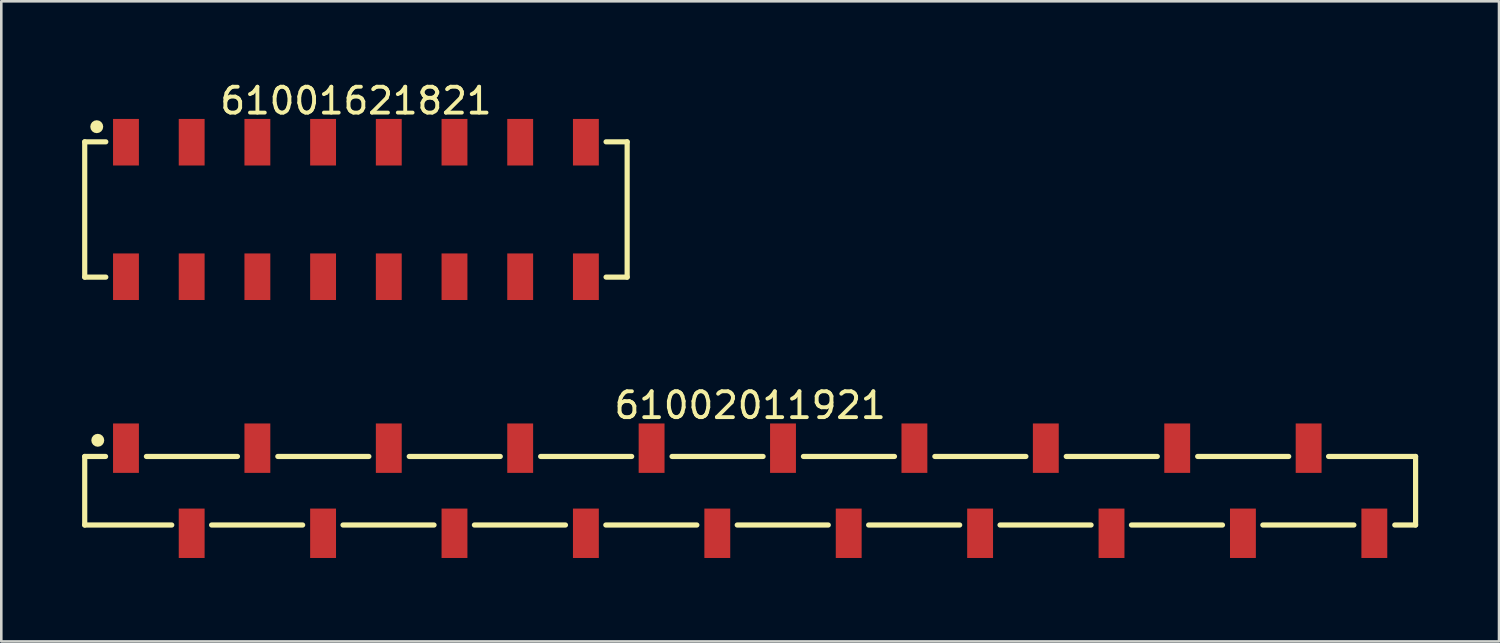
<source format=kicad_pcb>
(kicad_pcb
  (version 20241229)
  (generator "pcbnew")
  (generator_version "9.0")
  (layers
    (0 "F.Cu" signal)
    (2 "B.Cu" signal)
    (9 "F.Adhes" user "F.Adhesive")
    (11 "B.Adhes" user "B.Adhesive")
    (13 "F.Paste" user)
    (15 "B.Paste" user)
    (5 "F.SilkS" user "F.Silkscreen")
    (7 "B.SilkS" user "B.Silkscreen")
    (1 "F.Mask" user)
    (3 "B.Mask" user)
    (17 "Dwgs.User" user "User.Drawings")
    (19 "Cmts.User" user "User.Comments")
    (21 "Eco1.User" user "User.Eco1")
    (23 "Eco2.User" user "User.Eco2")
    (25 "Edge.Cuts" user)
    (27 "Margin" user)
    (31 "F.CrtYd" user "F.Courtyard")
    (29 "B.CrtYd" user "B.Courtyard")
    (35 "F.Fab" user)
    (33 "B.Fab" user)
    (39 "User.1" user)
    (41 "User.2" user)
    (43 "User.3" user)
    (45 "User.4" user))
  (footprint "61002011921"
    (layer "F.Cu")
    (at 25.95 15.921)
    (property "Reference" "61002011921" (at 0 -3.3 0) (layer "F.SilkS") (effects (font (size 1 1) (thickness 0.15))))
    (fp_line (start -25.725 -1.325) (end -24.92 -1.325) (stroke (width 0.2) (type solid)) (layer "F.SilkS"))
    (fp_line (start -25.725 1.325) (end -25.725 -1.325) (stroke (width 0.2) (type solid)) (layer "F.SilkS"))
    (fp_line (start -25.725 1.325) (end -22.36 1.325) (stroke (width 0.2) (type solid)) (layer "F.SilkS"))
    (fp_line (start -23.34 -1.325) (end -19.82 -1.325) (stroke (width 0.2) (type solid)) (layer "F.SilkS"))
    (fp_line (start -20.82 1.325) (end -17.3 1.325) (stroke (width 0.2) (type solid)) (layer "F.SilkS"))
    (fp_line (start -18.26 -1.325) (end -14.74 -1.325) (stroke (width 0.2) (type solid)) (layer "F.SilkS"))
    (fp_line (start -15.74 1.325) (end -12.22 1.325) (stroke (width 0.2) (type solid)) (layer "F.SilkS"))
    (fp_line (start -13.18 -1.325) (end -9.66 -1.325) (stroke (width 0.2) (type solid)) (layer "F.SilkS"))
    (fp_line (start -10.66 1.325) (end -7.14 1.325) (stroke (width 0.2) (type solid)) (layer "F.SilkS"))
    (fp_line (start -8.1 -1.325) (end -4.58 -1.325) (stroke (width 0.2) (type solid)) (layer "F.SilkS"))
    (fp_line (start -5.58 1.325) (end -2.06 1.325) (stroke (width 0.2) (type solid)) (layer "F.SilkS"))
    (fp_line (start -3.02 -1.325) (end 0.5 -1.325) (stroke (width 0.2) (type solid)) (layer "F.SilkS"))
    (fp_line (start -0.5 1.325) (end 3.02 1.325) (stroke (width 0.2) (type solid)) (layer "F.SilkS"))
    (fp_line (start 2.06 -1.325) (end 5.58 -1.325) (stroke (width 0.2) (type solid)) (layer "F.SilkS"))
    (fp_line (start 4.58 1.325) (end 8.1 1.325) (stroke (width 0.2) (type solid)) (layer "F.SilkS"))
    (fp_line (start 7.14 -1.325) (end 10.66 -1.325) (stroke (width 0.2) (type solid)) (layer "F.SilkS"))
    (fp_line (start 9.66 1.325) (end 13.18 1.325) (stroke (width 0.2) (type solid)) (layer "F.SilkS"))
    (fp_line (start 12.22 -1.325) (end 15.74 -1.325) (stroke (width 0.2) (type solid)) (layer "F.SilkS"))
    (fp_line (start 14.74 1.325) (end 18.26 1.325) (stroke (width 0.2) (type solid)) (layer "F.SilkS"))
    (fp_line (start 17.3 -1.325) (end 20.82 -1.325) (stroke (width 0.2) (type solid)) (layer "F.SilkS"))
    (fp_line (start 19.82 1.325) (end 23.34 1.325) (stroke (width 0.2) (type solid)) (layer "F.SilkS"))
    (fp_line (start 22.36 -1.325) (end 25.725 -1.325) (stroke (width 0.2) (type solid)) (layer "F.SilkS"))
    (fp_line (start 24.92 1.325) (end 25.725 1.325) (stroke (width 0.2) (type solid)) (layer "F.SilkS"))
    (fp_line (start 25.725 1.325) (end 25.725 -1.325) (stroke (width 0.2) (type solid)) (layer "F.SilkS"))
    (fp_circle (center -25.22 -1.95) (end -25.22 -2.075) (stroke (width 0.25) (type solid)) (fill no) (layer "F.SilkS"))
    (fp_line (start -25.925 -2.8) (end 25.925 -2.8) (stroke (width 0.05) (type solid)) (layer "Eco2.User"))
    (fp_line (start -25.925 2.8) (end -25.925 -2.8) (stroke (width 0.05) (type solid)) (layer "Eco2.User"))
    (fp_line (start -25.925 2.8) (end 25.925 2.8) (stroke (width 0.05) (type solid)) (layer "Eco2.User"))
    (fp_line (start -25.65 -1.25) (end 25.65 -1.25) (stroke (width 0.1) (type solid)) (layer "Eco2.User"))
    (fp_line (start -25.65 1.25) (end -25.65 -1.25) (stroke (width 0.1) (type solid)) (layer "Eco2.User"))
    (fp_line (start -25.65 1.25) (end 25.65 1.25) (stroke (width 0.1) (type solid)) (layer "Eco2.User"))
    (fp_line (start -24.38 -2.025) (end -23.88 -2.025) (stroke (width 0.1) (type solid)) (layer "Eco2.User"))
    (fp_line (start -24.38 -1.25) (end -24.38 -2.025) (stroke (width 0.1) (type solid)) (layer "Eco2.User"))
    (fp_line (start -23.88 -1.25) (end -23.88 -2.025) (stroke (width 0.1) (type solid)) (layer "Eco2.User"))
    (fp_line (start -21.84 2.025) (end -21.84 1.25) (stroke (width 0.1) (type solid)) (layer "Eco2.User"))
    (fp_line (start -21.84 2.025) (end -21.34 2.025) (stroke (width 0.1) (type solid)) (layer "Eco2.User"))
    (fp_line (start -21.34 2.025) (end -21.34 1.25) (stroke (width 0.1) (type solid)) (layer "Eco2.User"))
    (fp_line (start -19.3 -2.025) (end -18.8 -2.025) (stroke (width 0.1) (type solid)) (layer "Eco2.User"))
    (fp_line (start -19.3 -1.25) (end -19.3 -2.025) (stroke (width 0.1) (type solid)) (layer "Eco2.User"))
    (fp_line (start -18.8 -1.25) (end -18.8 -2.025) (stroke (width 0.1) (type solid)) (layer "Eco2.User"))
    (fp_line (start -16.76 2.025) (end -16.76 1.25) (stroke (width 0.1) (type solid)) (layer "Eco2.User"))
    (fp_line (start -16.76 2.025) (end -16.26 2.025) (stroke (width 0.1) (type solid)) (layer "Eco2.User"))
    (fp_line (start -16.26 2.025) (end -16.26 1.25) (stroke (width 0.1) (type solid)) (layer "Eco2.User"))
    (fp_line (start -14.22 -2.025) (end -13.72 -2.025) (stroke (width 0.1) (type solid)) (layer "Eco2.User"))
    (fp_line (start -14.22 -1.25) (end -14.22 -2.025) (stroke (width 0.1) (type solid)) (layer "Eco2.User"))
    (fp_line (start -13.72 -1.25) (end -13.72 -2.025) (stroke (width 0.1) (type solid)) (layer "Eco2.User"))
    (fp_line (start -11.68 2.025) (end -11.68 1.25) (stroke (width 0.1) (type solid)) (layer "Eco2.User"))
    (fp_line (start -11.68 2.025) (end -11.18 2.025) (stroke (width 0.1) (type solid)) (layer "Eco2.User"))
    (fp_line (start -11.18 2.025) (end -11.18 1.25) (stroke (width 0.1) (type solid)) (layer "Eco2.User"))
    (fp_line (start -9.14 -2.025) (end -8.64 -2.025) (stroke (width 0.1) (type solid)) (layer "Eco2.User"))
    (fp_line (start -9.14 -1.25) (end -9.14 -2.025) (stroke (width 0.1) (type solid)) (layer "Eco2.User"))
    (fp_line (start -8.64 -1.25) (end -8.64 -2.025) (stroke (width 0.1) (type solid)) (layer "Eco2.User"))
    (fp_line (start -6.6 2.025) (end -6.6 1.25) (stroke (width 0.1) (type solid)) (layer "Eco2.User"))
    (fp_line (start -6.6 2.025) (end -6.1 2.025) (stroke (width 0.1) (type solid)) (layer "Eco2.User"))
    (fp_line (start -6.1 2.025) (end -6.1 1.25) (stroke (width 0.1) (type solid)) (layer "Eco2.User"))
    (fp_line (start -4.06 -2.025) (end -3.56 -2.025) (stroke (width 0.1) (type solid)) (layer "Eco2.User"))
    (fp_line (start -4.06 -1.25) (end -4.06 -2.025) (stroke (width 0.1) (type solid)) (layer "Eco2.User"))
    (fp_line (start -3.56 -1.25) (end -3.56 -2.025) (stroke (width 0.1) (type solid)) (layer "Eco2.User"))
    (fp_line (start -1.52 2.025) (end -1.52 1.25) (stroke (width 0.1) (type solid)) (layer "Eco2.User"))
    (fp_line (start -1.52 2.025) (end -1.02 2.025) (stroke (width 0.1) (type solid)) (layer "Eco2.User"))
    (fp_line (start -1.02 2.025) (end -1.02 1.25) (stroke (width 0.1) (type solid)) (layer "Eco2.User"))
    (fp_line (start -0.5 0) (end 0.5 0) (stroke (width 0.05) (type solid)) (layer "Eco2.User"))
    (fp_line (start 0 0.5) (end 0 -0.5) (stroke (width 0.05) (type solid)) (layer "Eco2.User"))
    (fp_line (start 1.02 -2.025) (end 1.52 -2.025) (stroke (width 0.1) (type solid)) (layer "Eco2.User"))
    (fp_line (start 1.02 -1.25) (end 1.02 -2.025) (stroke (width 0.1) (type solid)) (layer "Eco2.User"))
    (fp_line (start 1.52 -1.25) (end 1.52 -2.025) (stroke (width 0.1) (type solid)) (layer "Eco2.User"))
    (fp_line (start 3.56 2.025) (end 3.56 1.25) (stroke (width 0.1) (type solid)) (layer "Eco2.User"))
    (fp_line (start 3.56 2.025) (end 4.06 2.025) (stroke (width 0.1) (type solid)) (layer "Eco2.User"))
    (fp_line (start 4.06 2.025) (end 4.06 1.25) (stroke (width 0.1) (type solid)) (layer "Eco2.User"))
    (fp_line (start 6.1 -2.025) (end 6.6 -2.025) (stroke (width 0.1) (type solid)) (layer "Eco2.User"))
    (fp_line (start 6.1 -1.25) (end 6.1 -2.025) (stroke (width 0.1) (type solid)) (layer "Eco2.User"))
    (fp_line (start 6.6 -1.25) (end 6.6 -2.025) (stroke (width 0.1) (type solid)) (layer "Eco2.User"))
    (fp_line (start 8.64 2.025) (end 8.64 1.25) (stroke (width 0.1) (type solid)) (layer "Eco2.User"))
    (fp_line (start 8.64 2.025) (end 9.14 2.025) (stroke (width 0.1) (type solid)) (layer "Eco2.User"))
    (fp_line (start 9.14 2.025) (end 9.14 1.25) (stroke (width 0.1) (type solid)) (layer "Eco2.User"))
    (fp_line (start 11.18 -2.025) (end 11.68 -2.025) (stroke (width 0.1) (type solid)) (layer "Eco2.User"))
    (fp_line (start 11.18 -1.25) (end 11.18 -2.025) (stroke (width 0.1) (type solid)) (layer "Eco2.User"))
    (fp_line (start 11.68 -1.25) (end 11.68 -2.025) (stroke (width 0.1) (type solid)) (layer "Eco2.User"))
    (fp_line (start 13.72 2.025) (end 13.72 1.25) (stroke (width 0.1) (type solid)) (layer "Eco2.User"))
    (fp_line (start 13.72 2.025) (end 14.22 2.025) (stroke (width 0.1) (type solid)) (layer "Eco2.User"))
    (fp_line (start 14.22 2.025) (end 14.22 1.25) (stroke (width 0.1) (type solid)) (layer "Eco2.User"))
    (fp_line (start 16.26 -2.025) (end 16.76 -2.025) (stroke (width 0.1) (type solid)) (layer "Eco2.User"))
    (fp_line (start 16.26 -1.25) (end 16.26 -2.025) (stroke (width 0.1) (type solid)) (layer "Eco2.User"))
    (fp_line (start 16.76 -1.25) (end 16.76 -2.025) (stroke (width 0.1) (type solid)) (layer "Eco2.User"))
    (fp_line (start 18.8 2.025) (end 18.8 1.25) (stroke (width 0.1) (type solid)) (layer "Eco2.User"))
    (fp_line (start 18.8 2.025) (end 19.3 2.025) (stroke (width 0.1) (type solid)) (layer "Eco2.User"))
    (fp_line (start 19.3 2.025) (end 19.3 1.25) (stroke (width 0.1) (type solid)) (layer "Eco2.User"))
    (fp_line (start 21.34 -2.025) (end 21.84 -2.025) (stroke (width 0.1) (type solid)) (layer "Eco2.User"))
    (fp_line (start 21.34 -1.25) (end 21.34 -2.025) (stroke (width 0.1) (type solid)) (layer "Eco2.User"))
    (fp_line (start 21.84 -1.25) (end 21.84 -2.025) (stroke (width 0.1) (type solid)) (layer "Eco2.User"))
    (fp_line (start 23.88 2.025) (end 23.88 1.25) (stroke (width 0.1) (type solid)) (layer "Eco2.User"))
    (fp_line (start 23.88 2.025) (end 24.38 2.025) (stroke (width 0.1) (type solid)) (layer "Eco2.User"))
    (fp_line (start 24.38 2.025) (end 24.38 1.25) (stroke (width 0.1) (type solid)) (layer "Eco2.User"))
    (fp_line (start 25.65 1.25) (end 25.65 -1.25) (stroke (width 0.1) (type solid)) (layer "Eco2.User"))
    (fp_line (start 25.925 2.8) (end 25.925 -2.8) (stroke (width 0.05) (type solid)) (layer "Eco2.User"))
    (fp_text user "${REFERENCE}" (at 0.15 -0.197 0) (unlocked yes) (layer "User.3") (effects (font (size 1.5 1.5) (thickness 0.15))))
    (pad "1" smd rect (at -24.13 -1.645) (size 1 1.91) (layers "F.Cu" "F.Mask" "F.Paste"))
    (pad "2" smd rect (at -21.59 1.645) (size 1 1.91) (layers "F.Cu" "F.Mask" "F.Paste"))
    (pad "3" smd rect (at -19.05 -1.645) (size 1 1.91) (layers "F.Cu" "F.Mask" "F.Paste"))
    (pad "4" smd rect (at -16.51 1.645) (size 1 1.91) (layers "F.Cu" "F.Mask" "F.Paste"))
    (pad "5" smd rect (at -13.97 -1.645) (size 1 1.91) (layers "F.Cu" "F.Mask" "F.Paste"))
    (pad "6" smd rect (at -11.43 1.645) (size 1 1.91) (layers "F.Cu" "F.Mask" "F.Paste"))
    (pad "7" smd rect (at -8.89 -1.645) (size 1 1.91) (layers "F.Cu" "F.Mask" "F.Paste"))
    (pad "8" smd rect (at -6.35 1.645) (size 1 1.91) (layers "F.Cu" "F.Mask" "F.Paste"))
    (pad "9" smd rect (at -3.81 -1.645) (size 1 1.91) (layers "F.Cu" "F.Mask" "F.Paste"))
    (pad "10" smd rect (at -1.27 1.645) (size 1 1.91) (layers "F.Cu" "F.Mask" "F.Paste"))
    (pad "11" smd rect (at 1.27 -1.645) (size 1 1.91) (layers "F.Cu" "F.Mask" "F.Paste"))
    (pad "12" smd rect (at 3.81 1.645) (size 1 1.91) (layers "F.Cu" "F.Mask" "F.Paste"))
    (pad "13" smd rect (at 6.35 -1.645) (size 1 1.91) (layers "F.Cu" "F.Mask" "F.Paste"))
    (pad "14" smd rect (at 8.89 1.645) (size 1 1.91) (layers "F.Cu" "F.Mask" "F.Paste"))
    (pad "15" smd rect (at 11.43 -1.645) (size 1 1.91) (layers "F.Cu" "F.Mask" "F.Paste"))
    (pad "16" smd rect (at 13.97 1.645) (size 1 1.91) (layers "F.Cu" "F.Mask" "F.Paste"))
    (pad "17" smd rect (at 16.51 -1.645) (size 1 1.91) (layers "F.Cu" "F.Mask" "F.Paste"))
    (pad "18" smd rect (at 19.05 1.645) (size 1 1.91) (layers "F.Cu" "F.Mask" "F.Paste"))
    (pad "19" smd rect (at 21.59 -1.645) (size 1 1.91) (layers "F.Cu" "F.Mask" "F.Paste"))
    (pad "20" smd rect (at 24.13 1.645) (size 1 1.91) (layers "F.Cu" "F.Mask" "F.Paste")))
  (footprint "61001621821"
    (layer "F.Cu")
    (at 10.71 5.048)
    (property "Reference" "61001621821" (at 0 -4.2 0) (layer "F.SilkS") (effects (font (size 1 1) (thickness 0.15))))
    (fp_line (start -10.485 -2.615) (end -9.67 -2.615) (stroke (width 0.2) (type solid)) (layer "F.SilkS"))
    (fp_line (start -10.485 2.615) (end -10.485 -2.615) (stroke (width 0.2) (type solid)) (layer "F.SilkS"))
    (fp_line (start -10.485 2.615) (end -9.67 2.615) (stroke (width 0.2) (type solid)) (layer "F.SilkS"))
    (fp_line (start 9.67 -2.615) (end 10.485 -2.615) (stroke (width 0.2) (type solid)) (layer "F.SilkS"))
    (fp_line (start 9.67 2.615) (end 10.485 2.615) (stroke (width 0.2) (type solid)) (layer "F.SilkS"))
    (fp_line (start 10.485 2.615) (end 10.485 -2.615) (stroke (width 0.2) (type solid)) (layer "F.SilkS"))
    (fp_circle (center -10.02 -3.2) (end -10.02 -3.325) (stroke (width 0.25) (type solid)) (fill no) (layer "F.SilkS"))
    (fp_line (start -10.685 -3.7) (end 10.685 -3.7) (stroke (width 0.05) (type solid)) (layer "Eco2.User"))
    (fp_line (start -10.685 3.7) (end -10.685 -3.7) (stroke (width 0.05) (type solid)) (layer "Eco2.User"))
    (fp_line (start -10.685 3.7) (end 10.685 3.7) (stroke (width 0.05) (type solid)) (layer "Eco2.User"))
    (fp_line (start -10.41 -2.54) (end 10.41 -2.54) (stroke (width 0.1) (type solid)) (layer "Eco2.User"))
    (fp_line (start -10.41 2.54) (end -10.41 -2.54) (stroke (width 0.1) (type solid)) (layer "Eco2.User"))
    (fp_line (start -10.41 2.54) (end 10.41 2.54) (stroke (width 0.1) (type solid)) (layer "Eco2.User"))
    (fp_line (start -9.21 -3.35) (end -8.57 -3.35) (stroke (width 0.1) (type solid)) (layer "Eco2.User"))
    (fp_line (start -9.21 -2.54) (end -9.21 -3.35) (stroke (width 0.1) (type solid)) (layer "Eco2.User"))
    (fp_line (start -9.21 3.35) (end -9.21 2.54) (stroke (width 0.1) (type solid)) (layer "Eco2.User"))
    (fp_line (start -9.21 3.35) (end -8.57 3.35) (stroke (width 0.1) (type solid)) (layer "Eco2.User"))
    (fp_line (start -8.57 -2.54) (end -8.57 -3.35) (stroke (width 0.1) (type solid)) (layer "Eco2.User"))
    (fp_line (start -8.57 3.35) (end -8.57 2.54) (stroke (width 0.1) (type solid)) (layer "Eco2.User"))
    (fp_line (start -6.67 -3.35) (end -6.03 -3.35) (stroke (width 0.1) (type solid)) (layer "Eco2.User"))
    (fp_line (start -6.67 -2.54) (end -6.67 -3.35) (stroke (width 0.1) (type solid)) (layer "Eco2.User"))
    (fp_line (start -6.67 3.35) (end -6.67 2.54) (stroke (width 0.1) (type solid)) (layer "Eco2.User"))
    (fp_line (start -6.67 3.35) (end -6.03 3.35) (stroke (width 0.1) (type solid)) (layer "Eco2.User"))
    (fp_line (start -6.03 -2.54) (end -6.03 -3.35) (stroke (width 0.1) (type solid)) (layer "Eco2.User"))
    (fp_line (start -6.03 3.35) (end -6.03 2.54) (stroke (width 0.1) (type solid)) (layer "Eco2.User"))
    (fp_line (start -4.13 -3.35) (end -3.49 -3.35) (stroke (width 0.1) (type solid)) (layer "Eco2.User"))
    (fp_line (start -4.13 -2.54) (end -4.13 -3.35) (stroke (width 0.1) (type solid)) (layer "Eco2.User"))
    (fp_line (start -4.13 3.35) (end -4.13 2.54) (stroke (width 0.1) (type solid)) (layer "Eco2.User"))
    (fp_line (start -4.13 3.35) (end -3.49 3.35) (stroke (width 0.1) (type solid)) (layer "Eco2.User"))
    (fp_line (start -3.49 -2.54) (end -3.49 -3.35) (stroke (width 0.1) (type solid)) (layer "Eco2.User"))
    (fp_line (start -3.49 3.35) (end -3.49 2.54) (stroke (width 0.1) (type solid)) (layer "Eco2.User"))
    (fp_line (start -1.59 -3.35) (end -0.95 -3.35) (stroke (width 0.1) (type solid)) (layer "Eco2.User"))
    (fp_line (start -1.59 -2.54) (end -1.59 -3.35) (stroke (width 0.1) (type solid)) (layer "Eco2.User"))
    (fp_line (start -1.59 3.35) (end -1.59 2.54) (stroke (width 0.1) (type solid)) (layer "Eco2.User"))
    (fp_line (start -1.59 3.35) (end -0.95 3.35) (stroke (width 0.1) (type solid)) (layer "Eco2.User"))
    (fp_line (start -0.95 -2.54) (end -0.95 -3.35) (stroke (width 0.1) (type solid)) (layer "Eco2.User"))
    (fp_line (start -0.95 3.35) (end -0.95 2.54) (stroke (width 0.1) (type solid)) (layer "Eco2.User"))
    (fp_line (start -0.5 0) (end 0.5 0) (stroke (width 0.05) (type solid)) (layer "Eco2.User"))
    (fp_line (start 0 0.5) (end 0 -0.5) (stroke (width 0.05) (type solid)) (layer "Eco2.User"))
    (fp_line (start 0.95 -3.35) (end 1.59 -3.35) (stroke (width 0.1) (type solid)) (layer "Eco2.User"))
    (fp_line (start 0.95 -2.54) (end 0.95 -3.35) (stroke (width 0.1) (type solid)) (layer "Eco2.User"))
    (fp_line (start 0.95 3.35) (end 0.95 2.54) (stroke (width 0.1) (type solid)) (layer "Eco2.User"))
    (fp_line (start 0.95 3.35) (end 1.59 3.35) (stroke (width 0.1) (type solid)) (layer "Eco2.User"))
    (fp_line (start 1.59 -2.54) (end 1.59 -3.35) (stroke (width 0.1) (type solid)) (layer "Eco2.User"))
    (fp_line (start 1.59 3.35) (end 1.59 2.54) (stroke (width 0.1) (type solid)) (layer "Eco2.User"))
    (fp_line (start 3.49 -3.35) (end 4.13 -3.35) (stroke (width 0.1) (type solid)) (layer "Eco2.User"))
    (fp_line (start 3.49 -2.54) (end 3.49 -3.35) (stroke (width 0.1) (type solid)) (layer "Eco2.User"))
    (fp_line (start 3.49 3.35) (end 3.49 2.54) (stroke (width 0.1) (type solid)) (layer "Eco2.User"))
    (fp_line (start 3.49 3.35) (end 4.13 3.35) (stroke (width 0.1) (type solid)) (layer "Eco2.User"))
    (fp_line (start 4.13 -2.54) (end 4.13 -3.35) (stroke (width 0.1) (type solid)) (layer "Eco2.User"))
    (fp_line (start 4.13 3.35) (end 4.13 2.54) (stroke (width 0.1) (type solid)) (layer "Eco2.User"))
    (fp_line (start 6.03 -3.35) (end 6.67 -3.35) (stroke (width 0.1) (type solid)) (layer "Eco2.User"))
    (fp_line (start 6.03 -2.54) (end 6.03 -3.35) (stroke (width 0.1) (type solid)) (layer "Eco2.User"))
    (fp_line (start 6.03 3.35) (end 6.03 2.54) (stroke (width 0.1) (type solid)) (layer "Eco2.User"))
    (fp_line (start 6.03 3.35) (end 6.67 3.35) (stroke (width 0.1) (type solid)) (layer "Eco2.User"))
    (fp_line (start 6.67 -2.54) (end 6.67 -3.35) (stroke (width 0.1) (type solid)) (layer "Eco2.User"))
    (fp_line (start 6.67 3.35) (end 6.67 2.54) (stroke (width 0.1) (type solid)) (layer "Eco2.User"))
    (fp_line (start 8.57 -3.35) (end 9.21 -3.35) (stroke (width 0.1) (type solid)) (layer "Eco2.User"))
    (fp_line (start 8.57 -2.54) (end 8.57 -3.35) (stroke (width 0.1) (type solid)) (layer "Eco2.User"))
    (fp_line (start 8.57 3.35) (end 8.57 2.54) (stroke (width 0.1) (type solid)) (layer "Eco2.User"))
    (fp_line (start 8.57 3.35) (end 9.21 3.35) (stroke (width 0.1) (type solid)) (layer "Eco2.User"))
    (fp_line (start 9.21 -2.54) (end 9.21 -3.35) (stroke (width 0.1) (type solid)) (layer "Eco2.User"))
    (fp_line (start 9.21 3.35) (end 9.21 2.54) (stroke (width 0.1) (type solid)) (layer "Eco2.User"))
    (fp_line (start 10.41 2.54) (end 10.41 -2.54) (stroke (width 0.1) (type solid)) (layer "Eco2.User"))
    (fp_line (start 10.685 3.7) (end 10.685 -3.7) (stroke (width 0.05) (type solid)) (layer "Eco2.User"))
    (fp_text user "${REFERENCE}" (at 0.15 -0.197 0) (unlocked yes) (layer "User.3") (effects (font (size 1.5 1.5) (thickness 0.15))))
    (pad "1" smd rect (at -8.89 -2.6) (size 1 1.8) (layers "F.Cu" "F.Mask" "F.Paste"))
    (pad "2" smd rect (at -8.89 2.6) (size 1 1.8) (layers "F.Cu" "F.Mask" "F.Paste"))
    (pad "3" smd rect (at -6.35 -2.6) (size 1 1.8) (layers "F.Cu" "F.Mask" "F.Paste"))
    (pad "4" smd rect (at -6.35 2.6) (size 1 1.8) (layers "F.Cu" "F.Mask" "F.Paste"))
    (pad "5" smd rect (at -3.81 -2.6) (size 1 1.8) (layers "F.Cu" "F.Mask" "F.Paste"))
    (pad "6" smd rect (at -3.81 2.6) (size 1 1.8) (layers "F.Cu" "F.Mask" "F.Paste"))
    (pad "7" smd rect (at -1.27 -2.6) (size 1 1.8) (layers "F.Cu" "F.Mask" "F.Paste"))
    (pad "8" smd rect (at -1.27 2.6) (size 1 1.8) (layers "F.Cu" "F.Mask" "F.Paste"))
    (pad "9" smd rect (at 1.27 -2.6) (size 1 1.8) (layers "F.Cu" "F.Mask" "F.Paste"))
    (pad "10" smd rect (at 1.27 2.6) (size 1 1.8) (layers "F.Cu" "F.Mask" "F.Paste"))
    (pad "11" smd rect (at 3.81 -2.6) (size 1 1.8) (layers "F.Cu" "F.Mask" "F.Paste"))
    (pad "12" smd rect (at 3.81 2.6) (size 1 1.8) (layers "F.Cu" "F.Mask" "F.Paste"))
    (pad "13" smd rect (at 6.35 -2.6) (size 1 1.8) (layers "F.Cu" "F.Mask" "F.Paste"))
    (pad "14" smd rect (at 6.35 2.6) (size 1 1.8) (layers "F.Cu" "F.Mask" "F.Paste"))
    (pad "15" smd rect (at 8.89 -2.6) (size 1 1.8) (layers "F.Cu" "F.Mask" "F.Paste"))
    (pad "16" smd rect (at 8.89 2.6) (size 1 1.8) (layers "F.Cu" "F.Mask" "F.Paste")))
  (gr_rect
    (start -3 -3)
    (end 54.9 21.747)
    (stroke (width 0.1) (type default))
    (fill no)
    (layer "Edge.Cuts")))
</source>
